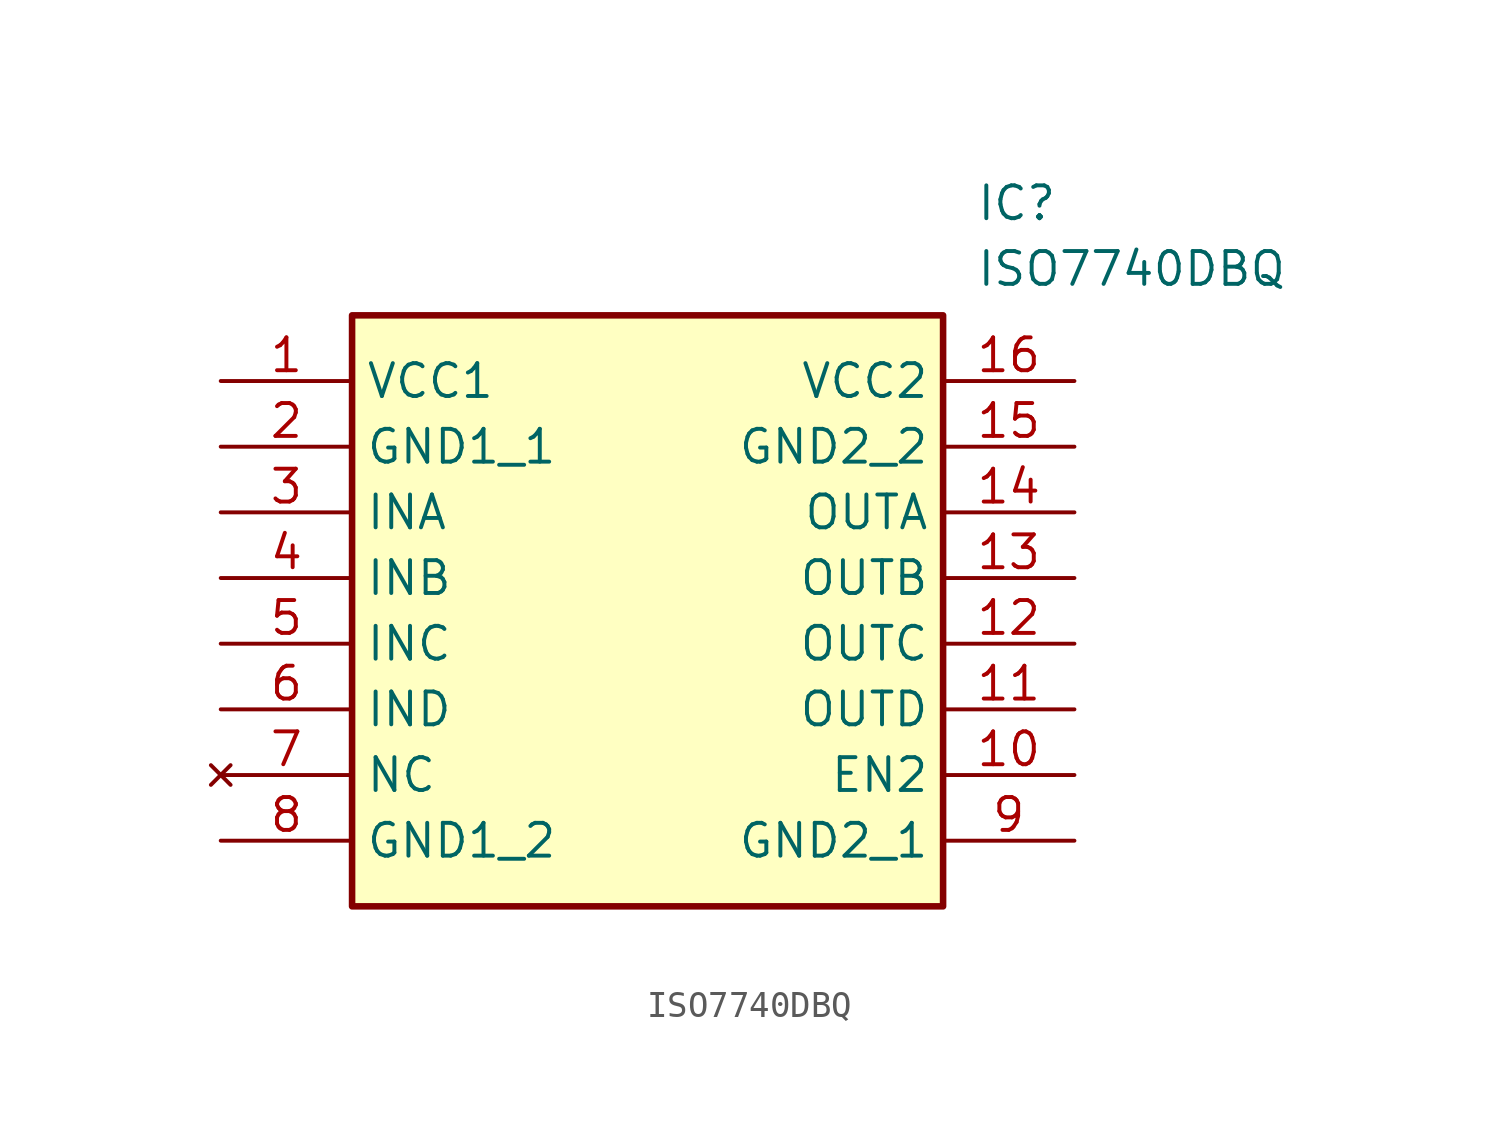
<source format=kicad_sym>
(kicad_symbol_lib
  (version 20211014)
  (generator SamacSys_ECAD_Model)
  (symbol "ISO7740DBQ"
    (property "Reference" "IC"
      (at 29.21 7.62 0)
      (effects (font (size 1.27 1.27)) (justify left top)))
    (property "Value" "ISO7740DBQ"
      (at 29.21 5.08 0)
      (effects (font (size 1.27 1.27)) (justify left top)))
    (rectangle
      (start 5.08 2.54)
      (end 27.94 -20.32)
      (stroke (width 0.254) (type default))
      (fill (type background)))
    (pin passive line
      (at 0 0 0)
      (length 5.08)
      (name "VCC1" (effects (font (size 1.27 1.27))))
      (number "1" (effects (font (size 1.27 1.27)))))
    (pin passive line
      (at 0 -2.54 0)
      (length 5.08)
      (name "GND1_1" (effects (font (size 1.27 1.27))))
      (number "2" (effects (font (size 1.27 1.27)))))
    (pin passive line
      (at 0 -5.08 0)
      (length 5.08)
      (name "INA" (effects (font (size 1.27 1.27))))
      (number "3" (effects (font (size 1.27 1.27)))))
    (pin passive line
      (at 0 -7.62 0)
      (length 5.08)
      (name "INB" (effects (font (size 1.27 1.27))))
      (number "4" (effects (font (size 1.27 1.27)))))
    (pin passive line
      (at 0 -10.16 0)
      (length 5.08)
      (name "INC" (effects (font (size 1.27 1.27))))
      (number "5" (effects (font (size 1.27 1.27)))))
    (pin passive line
      (at 0 -12.7 0)
      (length 5.08)
      (name "IND" (effects (font (size 1.27 1.27))))
      (number "6" (effects (font (size 1.27 1.27)))))
    (pin no_connect line
      (at 0 -15.24 0)
      (length 5.08)
      (name "NC" (effects (font (size 1.27 1.27))))
      (number "7" (effects (font (size 1.27 1.27)))))
    (pin passive line
      (at 0 -17.78 0)
      (length 5.08)
      (name "GND1_2" (effects (font (size 1.27 1.27))))
      (number "8" (effects (font (size 1.27 1.27)))))
    (pin passive line
      (at 33.02 0 180)
      (length 5.08)
      (name "VCC2" (effects (font (size 1.27 1.27))))
      (number "16" (effects (font (size 1.27 1.27)))))
    (pin passive line
      (at 33.02 -2.54 180)
      (length 5.08)
      (name "GND2_2" (effects (font (size 1.27 1.27))))
      (number "15" (effects (font (size 1.27 1.27)))))
    (pin passive line
      (at 33.02 -5.08 180)
      (length 5.08)
      (name "OUTA" (effects (font (size 1.27 1.27))))
      (number "14" (effects (font (size 1.27 1.27)))))
    (pin passive line
      (at 33.02 -7.62 180)
      (length 5.08)
      (name "OUTB" (effects (font (size 1.27 1.27))))
      (number "13" (effects (font (size 1.27 1.27)))))
    (pin passive line
      (at 33.02 -10.16 180)
      (length 5.08)
      (name "OUTC" (effects (font (size 1.27 1.27))))
      (number "12" (effects (font (size 1.27 1.27)))))
    (pin passive line
      (at 33.02 -12.7 180)
      (length 5.08)
      (name "OUTD" (effects (font (size 1.27 1.27))))
      (number "11" (effects (font (size 1.27 1.27)))))
    (pin passive line
      (at 33.02 -15.24 180)
      (length 5.08)
      (name "EN2" (effects (font (size 1.27 1.27))))
      (number "10" (effects (font (size 1.27 1.27)))))
    (pin passive line
      (at 33.02 -17.78 180)
      (length 5.08)
      (name "GND2_1" (effects (font (size 1.27 1.27))))
      (number "9" (effects (font (size 1.27 1.27)))))))
</source>
